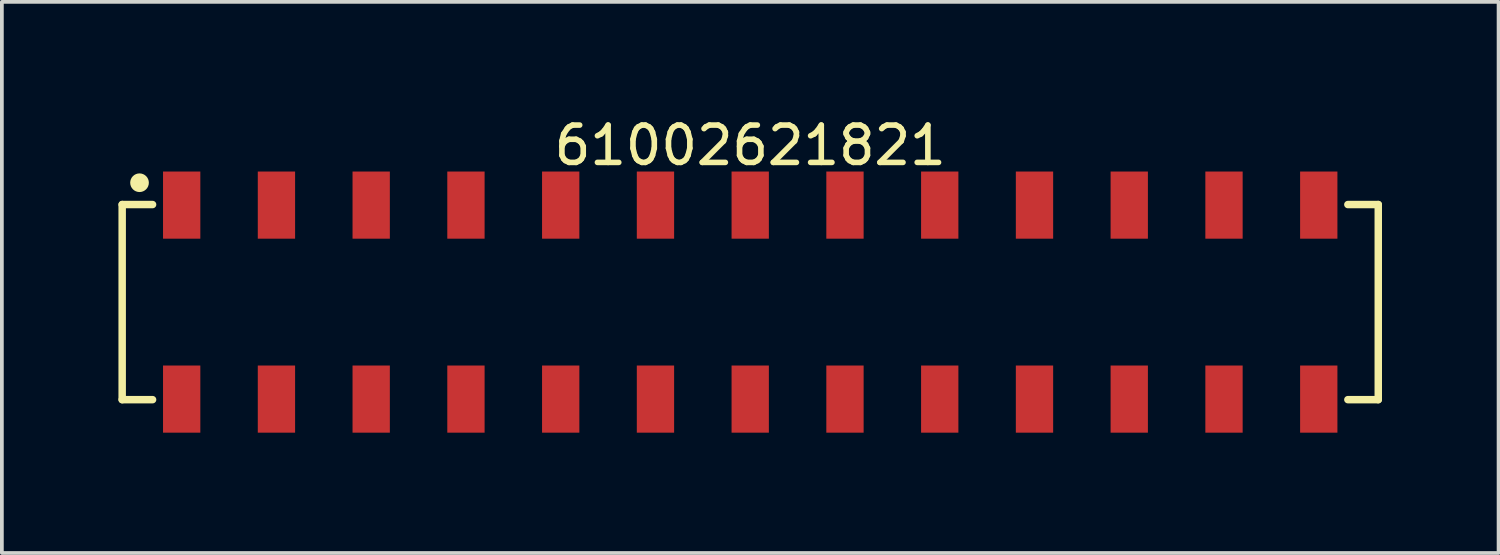
<source format=kicad_pcb>
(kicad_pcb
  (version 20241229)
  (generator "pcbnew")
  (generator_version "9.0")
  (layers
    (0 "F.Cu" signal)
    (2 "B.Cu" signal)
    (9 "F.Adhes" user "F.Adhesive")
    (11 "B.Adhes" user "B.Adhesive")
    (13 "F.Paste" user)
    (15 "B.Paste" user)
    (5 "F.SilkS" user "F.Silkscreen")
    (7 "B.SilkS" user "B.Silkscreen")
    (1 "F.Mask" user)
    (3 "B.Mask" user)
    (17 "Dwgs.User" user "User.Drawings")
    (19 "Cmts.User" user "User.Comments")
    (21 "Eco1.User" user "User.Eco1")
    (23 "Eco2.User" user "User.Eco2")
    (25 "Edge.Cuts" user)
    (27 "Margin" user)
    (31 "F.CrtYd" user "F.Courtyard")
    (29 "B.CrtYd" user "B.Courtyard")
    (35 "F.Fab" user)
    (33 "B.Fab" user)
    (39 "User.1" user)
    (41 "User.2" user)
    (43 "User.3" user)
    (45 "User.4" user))
  (footprint "61002621821"
    (layer "F.Cu")
    (at 17.06 5.048)
    (property "Reference" "61002621821" (at 0 -4.2 0) (layer "F.SilkS") (effects (font (size 1 1) (thickness 0.15))))
    (fp_line (start -16.835 -2.615) (end -16.02 -2.615) (stroke (width 0.2) (type solid)) (layer "F.SilkS"))
    (fp_line (start -16.835 2.615) (end -16.835 -2.615) (stroke (width 0.2) (type solid)) (layer "F.SilkS"))
    (fp_line (start -16.835 2.615) (end -16.02 2.615) (stroke (width 0.2) (type solid)) (layer "F.SilkS"))
    (fp_line (start 16.02 -2.615) (end 16.835 -2.615) (stroke (width 0.2) (type solid)) (layer "F.SilkS"))
    (fp_line (start 16.02 2.615) (end 16.835 2.615) (stroke (width 0.2) (type solid)) (layer "F.SilkS"))
    (fp_line (start 16.835 2.615) (end 16.835 -2.615) (stroke (width 0.2) (type solid)) (layer "F.SilkS"))
    (fp_circle (center -16.37 -3.2) (end -16.37 -3.325) (stroke (width 0.25) (type solid)) (fill no) (layer "F.SilkS"))
    (fp_line (start -17.035 -3.7) (end 17.035 -3.7) (stroke (width 0.05) (type solid)) (layer "Eco2.User"))
    (fp_line (start -17.035 3.7) (end -17.035 -3.7) (stroke (width 0.05) (type solid)) (layer "Eco2.User"))
    (fp_line (start -17.035 3.7) (end 17.035 3.7) (stroke (width 0.05) (type solid)) (layer "Eco2.User"))
    (fp_line (start -16.76 -2.54) (end 16.76 -2.54) (stroke (width 0.1) (type solid)) (layer "Eco2.User"))
    (fp_line (start -16.76 2.54) (end -16.76 -2.54) (stroke (width 0.1) (type solid)) (layer "Eco2.User"))
    (fp_line (start -16.76 2.54) (end 16.76 2.54) (stroke (width 0.1) (type solid)) (layer "Eco2.User"))
    (fp_line (start -15.56 -3.35) (end -14.92 -3.35) (stroke (width 0.1) (type solid)) (layer "Eco2.User"))
    (fp_line (start -15.56 -2.54) (end -15.56 -3.35) (stroke (width 0.1) (type solid)) (layer "Eco2.User"))
    (fp_line (start -15.56 3.35) (end -15.56 2.54) (stroke (width 0.1) (type solid)) (layer "Eco2.User"))
    (fp_line (start -15.56 3.35) (end -14.92 3.35) (stroke (width 0.1) (type solid)) (layer "Eco2.User"))
    (fp_line (start -14.92 -2.54) (end -14.92 -3.35) (stroke (width 0.1) (type solid)) (layer "Eco2.User"))
    (fp_line (start -14.92 3.35) (end -14.92 2.54) (stroke (width 0.1) (type solid)) (layer "Eco2.User"))
    (fp_line (start -13.02 -3.35) (end -12.38 -3.35) (stroke (width 0.1) (type solid)) (layer "Eco2.User"))
    (fp_line (start -13.02 -2.54) (end -13.02 -3.35) (stroke (width 0.1) (type solid)) (layer "Eco2.User"))
    (fp_line (start -13.02 3.35) (end -13.02 2.54) (stroke (width 0.1) (type solid)) (layer "Eco2.User"))
    (fp_line (start -13.02 3.35) (end -12.38 3.35) (stroke (width 0.1) (type solid)) (layer "Eco2.User"))
    (fp_line (start -12.38 -2.54) (end -12.38 -3.35) (stroke (width 0.1) (type solid)) (layer "Eco2.User"))
    (fp_line (start -12.38 3.35) (end -12.38 2.54) (stroke (width 0.1) (type solid)) (layer "Eco2.User"))
    (fp_line (start -10.48 -3.35) (end -9.84 -3.35) (stroke (width 0.1) (type solid)) (layer "Eco2.User"))
    (fp_line (start -10.48 -2.54) (end -10.48 -3.35) (stroke (width 0.1) (type solid)) (layer "Eco2.User"))
    (fp_line (start -10.48 3.35) (end -10.48 2.54) (stroke (width 0.1) (type solid)) (layer "Eco2.User"))
    (fp_line (start -10.48 3.35) (end -9.84 3.35) (stroke (width 0.1) (type solid)) (layer "Eco2.User"))
    (fp_line (start -9.84 -2.54) (end -9.84 -3.35) (stroke (width 0.1) (type solid)) (layer "Eco2.User"))
    (fp_line (start -9.84 3.35) (end -9.84 2.54) (stroke (width 0.1) (type solid)) (layer "Eco2.User"))
    (fp_line (start -7.94 -3.35) (end -7.3 -3.35) (stroke (width 0.1) (type solid)) (layer "Eco2.User"))
    (fp_line (start -7.94 -2.54) (end -7.94 -3.35) (stroke (width 0.1) (type solid)) (layer "Eco2.User"))
    (fp_line (start -7.94 3.35) (end -7.94 2.54) (stroke (width 0.1) (type solid)) (layer "Eco2.User"))
    (fp_line (start -7.94 3.35) (end -7.3 3.35) (stroke (width 0.1) (type solid)) (layer "Eco2.User"))
    (fp_line (start -7.3 -2.54) (end -7.3 -3.35) (stroke (width 0.1) (type solid)) (layer "Eco2.User"))
    (fp_line (start -7.3 3.35) (end -7.3 2.54) (stroke (width 0.1) (type solid)) (layer "Eco2.User"))
    (fp_line (start -5.4 -3.35) (end -4.76 -3.35) (stroke (width 0.1) (type solid)) (layer "Eco2.User"))
    (fp_line (start -5.4 -2.54) (end -5.4 -3.35) (stroke (width 0.1) (type solid)) (layer "Eco2.User"))
    (fp_line (start -5.4 3.35) (end -5.4 2.54) (stroke (width 0.1) (type solid)) (layer "Eco2.User"))
    (fp_line (start -5.4 3.35) (end -4.76 3.35) (stroke (width 0.1) (type solid)) (layer "Eco2.User"))
    (fp_line (start -4.76 -2.54) (end -4.76 -3.35) (stroke (width 0.1) (type solid)) (layer "Eco2.User"))
    (fp_line (start -4.76 3.35) (end -4.76 2.54) (stroke (width 0.1) (type solid)) (layer "Eco2.User"))
    (fp_line (start -2.86 -3.35) (end -2.22 -3.35) (stroke (width 0.1) (type solid)) (layer "Eco2.User"))
    (fp_line (start -2.86 -2.54) (end -2.86 -3.35) (stroke (width 0.1) (type solid)) (layer "Eco2.User"))
    (fp_line (start -2.86 3.35) (end -2.86 2.54) (stroke (width 0.1) (type solid)) (layer "Eco2.User"))
    (fp_line (start -2.86 3.35) (end -2.22 3.35) (stroke (width 0.1) (type solid)) (layer "Eco2.User"))
    (fp_line (start -2.22 -2.54) (end -2.22 -3.35) (stroke (width 0.1) (type solid)) (layer "Eco2.User"))
    (fp_line (start -2.22 3.35) (end -2.22 2.54) (stroke (width 0.1) (type solid)) (layer "Eco2.User"))
    (fp_line (start -0.5 0) (end 0.5 0) (stroke (width 0.05) (type solid)) (layer "Eco2.User"))
    (fp_line (start -0.32 -3.35) (end 0.32 -3.35) (stroke (width 0.1) (type solid)) (layer "Eco2.User"))
    (fp_line (start -0.32 -2.54) (end -0.32 -3.35) (stroke (width 0.1) (type solid)) (layer "Eco2.User"))
    (fp_line (start -0.32 3.35) (end -0.32 2.54) (stroke (width 0.1) (type solid)) (layer "Eco2.User"))
    (fp_line (start -0.32 3.35) (end 0.32 3.35) (stroke (width 0.1) (type solid)) (layer "Eco2.User"))
    (fp_line (start 0 0.5) (end 0 -0.5) (stroke (width 0.05) (type solid)) (layer "Eco2.User"))
    (fp_line (start 0.32 -2.54) (end 0.32 -3.35) (stroke (width 0.1) (type solid)) (layer "Eco2.User"))
    (fp_line (start 0.32 3.35) (end 0.32 2.54) (stroke (width 0.1) (type solid)) (layer "Eco2.User"))
    (fp_line (start 2.22 -3.35) (end 2.86 -3.35) (stroke (width 0.1) (type solid)) (layer "Eco2.User"))
    (fp_line (start 2.22 -2.54) (end 2.22 -3.35) (stroke (width 0.1) (type solid)) (layer "Eco2.User"))
    (fp_line (start 2.22 3.35) (end 2.22 2.54) (stroke (width 0.1) (type solid)) (layer "Eco2.User"))
    (fp_line (start 2.22 3.35) (end 2.86 3.35) (stroke (width 0.1) (type solid)) (layer "Eco2.User"))
    (fp_line (start 2.86 -2.54) (end 2.86 -3.35) (stroke (width 0.1) (type solid)) (layer "Eco2.User"))
    (fp_line (start 2.86 3.35) (end 2.86 2.54) (stroke (width 0.1) (type solid)) (layer "Eco2.User"))
    (fp_line (start 4.76 -3.35) (end 5.4 -3.35) (stroke (width 0.1) (type solid)) (layer "Eco2.User"))
    (fp_line (start 4.76 -2.54) (end 4.76 -3.35) (stroke (width 0.1) (type solid)) (layer "Eco2.User"))
    (fp_line (start 4.76 3.35) (end 4.76 2.54) (stroke (width 0.1) (type solid)) (layer "Eco2.User"))
    (fp_line (start 4.76 3.35) (end 5.4 3.35) (stroke (width 0.1) (type solid)) (layer "Eco2.User"))
    (fp_line (start 5.4 -2.54) (end 5.4 -3.35) (stroke (width 0.1) (type solid)) (layer "Eco2.User"))
    (fp_line (start 5.4 3.35) (end 5.4 2.54) (stroke (width 0.1) (type solid)) (layer "Eco2.User"))
    (fp_line (start 7.3 -3.35) (end 7.94 -3.35) (stroke (width 0.1) (type solid)) (layer "Eco2.User"))
    (fp_line (start 7.3 -2.54) (end 7.3 -3.35) (stroke (width 0.1) (type solid)) (layer "Eco2.User"))
    (fp_line (start 7.3 3.35) (end 7.3 2.54) (stroke (width 0.1) (type solid)) (layer "Eco2.User"))
    (fp_line (start 7.3 3.35) (end 7.94 3.35) (stroke (width 0.1) (type solid)) (layer "Eco2.User"))
    (fp_line (start 7.94 -2.54) (end 7.94 -3.35) (stroke (width 0.1) (type solid)) (layer "Eco2.User"))
    (fp_line (start 7.94 3.35) (end 7.94 2.54) (stroke (width 0.1) (type solid)) (layer "Eco2.User"))
    (fp_line (start 9.84 -3.35) (end 10.48 -3.35) (stroke (width 0.1) (type solid)) (layer "Eco2.User"))
    (fp_line (start 9.84 -2.54) (end 9.84 -3.35) (stroke (width 0.1) (type solid)) (layer "Eco2.User"))
    (fp_line (start 9.84 3.35) (end 9.84 2.54) (stroke (width 0.1) (type solid)) (layer "Eco2.User"))
    (fp_line (start 9.84 3.35) (end 10.48 3.35) (stroke (width 0.1) (type solid)) (layer "Eco2.User"))
    (fp_line (start 10.48 -2.54) (end 10.48 -3.35) (stroke (width 0.1) (type solid)) (layer "Eco2.User"))
    (fp_line (start 10.48 3.35) (end 10.48 2.54) (stroke (width 0.1) (type solid)) (layer "Eco2.User"))
    (fp_line (start 12.38 -3.35) (end 13.02 -3.35) (stroke (width 0.1) (type solid)) (layer "Eco2.User"))
    (fp_line (start 12.38 -2.54) (end 12.38 -3.35) (stroke (width 0.1) (type solid)) (layer "Eco2.User"))
    (fp_line (start 12.38 3.35) (end 12.38 2.54) (stroke (width 0.1) (type solid)) (layer "Eco2.User"))
    (fp_line (start 12.38 3.35) (end 13.02 3.35) (stroke (width 0.1) (type solid)) (layer "Eco2.User"))
    (fp_line (start 13.02 -2.54) (end 13.02 -3.35) (stroke (width 0.1) (type solid)) (layer "Eco2.User"))
    (fp_line (start 13.02 3.35) (end 13.02 2.54) (stroke (width 0.1) (type solid)) (layer "Eco2.User"))
    (fp_line (start 14.92 -3.35) (end 15.56 -3.35) (stroke (width 0.1) (type solid)) (layer "Eco2.User"))
    (fp_line (start 14.92 -2.54) (end 14.92 -3.35) (stroke (width 0.1) (type solid)) (layer "Eco2.User"))
    (fp_line (start 14.92 3.35) (end 14.92 2.54) (stroke (width 0.1) (type solid)) (layer "Eco2.User"))
    (fp_line (start 14.92 3.35) (end 15.56 3.35) (stroke (width 0.1) (type solid)) (layer "Eco2.User"))
    (fp_line (start 15.56 -2.54) (end 15.56 -3.35) (stroke (width 0.1) (type solid)) (layer "Eco2.User"))
    (fp_line (start 15.56 3.35) (end 15.56 2.54) (stroke (width 0.1) (type solid)) (layer "Eco2.User"))
    (fp_line (start 16.76 2.54) (end 16.76 -2.54) (stroke (width 0.1) (type solid)) (layer "Eco2.User"))
    (fp_line (start 17.035 3.7) (end 17.035 -3.7) (stroke (width 0.05) (type solid)) (layer "Eco2.User"))
    (fp_text user "${REFERENCE}" (at 0.15 -0.197 0) (unlocked yes) (layer "User.3") (effects (font (size 1.5 1.5) (thickness 0.15))))
    (pad "1" smd rect (at -15.24 -2.6) (size 1 1.8) (layers "F.Cu" "F.Mask" "F.Paste"))
    (pad "2" smd rect (at -15.24 2.6) (size 1 1.8) (layers "F.Cu" "F.Mask" "F.Paste"))
    (pad "3" smd rect (at -12.7 -2.6) (size 1 1.8) (layers "F.Cu" "F.Mask" "F.Paste"))
    (pad "4" smd rect (at -12.7 2.6) (size 1 1.8) (layers "F.Cu" "F.Mask" "F.Paste"))
    (pad "5" smd rect (at -10.16 -2.6) (size 1 1.8) (layers "F.Cu" "F.Mask" "F.Paste"))
    (pad "6" smd rect (at -10.16 2.6) (size 1 1.8) (layers "F.Cu" "F.Mask" "F.Paste"))
    (pad "7" smd rect (at -7.62 -2.6) (size 1 1.8) (layers "F.Cu" "F.Mask" "F.Paste"))
    (pad "8" smd rect (at -7.62 2.6) (size 1 1.8) (layers "F.Cu" "F.Mask" "F.Paste"))
    (pad "9" smd rect (at -5.08 -2.6) (size 1 1.8) (layers "F.Cu" "F.Mask" "F.Paste"))
    (pad "10" smd rect (at -5.08 2.6) (size 1 1.8) (layers "F.Cu" "F.Mask" "F.Paste"))
    (pad "11" smd rect (at -2.54 -2.6) (size 1 1.8) (layers "F.Cu" "F.Mask" "F.Paste"))
    (pad "12" smd rect (at -2.54 2.6) (size 1 1.8) (layers "F.Cu" "F.Mask" "F.Paste"))
    (pad "13" smd rect (at 0 -2.6) (size 1 1.8) (layers "F.Cu" "F.Mask" "F.Paste"))
    (pad "14" smd rect (at 0 2.6) (size 1 1.8) (layers "F.Cu" "F.Mask" "F.Paste"))
    (pad "15" smd rect (at 2.54 -2.6) (size 1 1.8) (layers "F.Cu" "F.Mask" "F.Paste"))
    (pad "16" smd rect (at 2.54 2.6) (size 1 1.8) (layers "F.Cu" "F.Mask" "F.Paste"))
    (pad "17" smd rect (at 5.08 -2.6) (size 1 1.8) (layers "F.Cu" "F.Mask" "F.Paste"))
    (pad "18" smd rect (at 5.08 2.6) (size 1 1.8) (layers "F.Cu" "F.Mask" "F.Paste"))
    (pad "19" smd rect (at 7.62 -2.6) (size 1 1.8) (layers "F.Cu" "F.Mask" "F.Paste"))
    (pad "20" smd rect (at 7.62 2.6) (size 1 1.8) (layers "F.Cu" "F.Mask" "F.Paste"))
    (pad "21" smd rect (at 10.16 -2.6) (size 1 1.8) (layers "F.Cu" "F.Mask" "F.Paste"))
    (pad "22" smd rect (at 10.16 2.6) (size 1 1.8) (layers "F.Cu" "F.Mask" "F.Paste"))
    (pad "23" smd rect (at 12.7 -2.6) (size 1 1.8) (layers "F.Cu" "F.Mask" "F.Paste"))
    (pad "24" smd rect (at 12.7 2.6) (size 1 1.8) (layers "F.Cu" "F.Mask" "F.Paste"))
    (pad "25" smd rect (at 15.24 -2.6) (size 1 1.8) (layers "F.Cu" "F.Mask" "F.Paste"))
    (pad "26" smd rect (at 15.24 2.6) (size 1 1.8) (layers "F.Cu" "F.Mask" "F.Paste")))
  (gr_rect
    (start -3 -3)
    (end 37.12 11.773)
    (stroke (width 0.1) (type default))
    (fill no)
    (layer "Edge.Cuts")))
</source>
